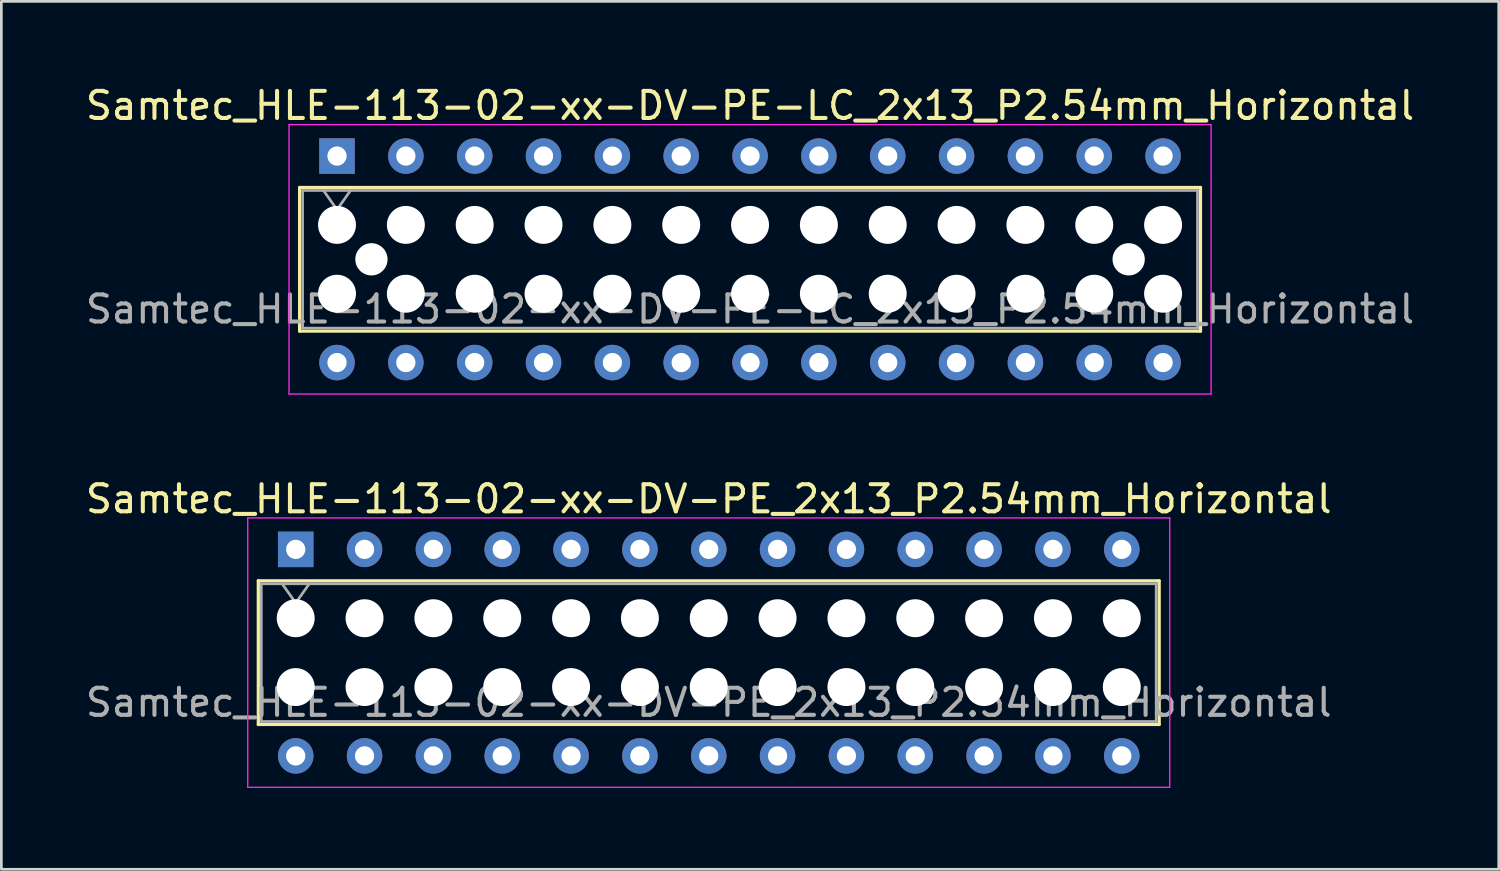
<source format=kicad_pcb>
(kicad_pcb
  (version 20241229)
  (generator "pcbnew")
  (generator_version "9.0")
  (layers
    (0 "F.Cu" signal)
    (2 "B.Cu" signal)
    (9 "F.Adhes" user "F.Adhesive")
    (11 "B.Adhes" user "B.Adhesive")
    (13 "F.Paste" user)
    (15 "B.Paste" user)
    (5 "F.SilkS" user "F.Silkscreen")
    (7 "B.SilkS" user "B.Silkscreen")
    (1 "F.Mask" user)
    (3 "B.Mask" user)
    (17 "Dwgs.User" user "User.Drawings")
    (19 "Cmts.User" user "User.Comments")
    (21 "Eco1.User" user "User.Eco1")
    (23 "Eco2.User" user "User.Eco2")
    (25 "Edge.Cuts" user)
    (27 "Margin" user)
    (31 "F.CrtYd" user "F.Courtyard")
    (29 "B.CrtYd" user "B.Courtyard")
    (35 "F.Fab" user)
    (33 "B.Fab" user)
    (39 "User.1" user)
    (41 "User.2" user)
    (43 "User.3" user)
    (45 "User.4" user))
  (footprint "Samtec_HLE-113-02-xx-DV-PE-LC_2x13_P2.54mm_Horizontal"
    (layer "F.Cu")
    (at 9.385 2.708)
    (property "Reference" "Samtec_HLE-113-02-xx-DV-PE-LC_2x13_P2.54mm_Horizontal" (at 15.24 -1.86 0) (layer "F.SilkS") (effects (font (size 1 1) (thickness 0.15))))
    (attr through_hole)
    (fp_line (start -1.38 1.16) (end 31.86 1.16) (stroke (width 0.12) (type solid)) (layer "F.SilkS"))
    (fp_line (start -1.38 6.46) (end -1.38 1.16) (stroke (width 0.12) (type solid)) (layer "F.SilkS"))
    (fp_line (start 31.86 1.16) (end 31.86 6.46) (stroke (width 0.12) (type solid)) (layer "F.SilkS"))
    (fp_line (start 31.86 6.46) (end -1.38 6.46) (stroke (width 0.12) (type solid)) (layer "F.SilkS"))
    (fp_line (start -1.77 -1.16) (end 32.25 -1.16) (stroke (width 0.05) (type solid)) (layer "F.CrtYd"))
    (fp_line (start -1.77 8.78) (end -1.77 -1.16) (stroke (width 0.05) (type solid)) (layer "F.CrtYd"))
    (fp_line (start 32.25 -1.16) (end 32.25 8.78) (stroke (width 0.05) (type solid)) (layer "F.CrtYd"))
    (fp_line (start 32.25 8.78) (end -1.77 8.78) (stroke (width 0.05) (type solid)) (layer "F.CrtYd"))
    (fp_line (start -1.27 1.27) (end 31.75 1.27) (stroke (width 0.1) (type solid)) (layer "F.Fab"))
    (fp_line (start -1.27 6.35) (end -1.27 1.27) (stroke (width 0.1) (type solid)) (layer "F.Fab"))
    (fp_line (start -0.5 1.27) (end 0 1.977) (stroke (width 0.1) (type solid)) (layer "F.Fab"))
    (fp_line (start 0 1.977) (end 0.5 1.27) (stroke (width 0.1) (type solid)) (layer "F.Fab"))
    (fp_line (start 31.75 1.27) (end 31.75 6.35) (stroke (width 0.1) (type solid)) (layer "F.Fab"))
    (fp_line (start 31.75 6.35) (end -1.27 6.35) (stroke (width 0.1) (type solid)) (layer "F.Fab"))
    (fp_text user "${REFERENCE}" (at 15.24 5.65 0) (layer "F.Fab") (effects (font (size 1 1) (thickness 0.15))))
    (pad "" np_thru_hole circle (at 0 2.54) (size 1.4 1.4) (drill 1.4) (layers "*.Cu" "*.Mask"))
    (pad "" np_thru_hole circle (at 0 5.08) (size 1.4 1.4) (drill 1.4) (layers "*.Cu" "*.Mask"))
    (pad "" np_thru_hole circle (at 1.27 3.81) (size 1.19 1.19) (drill 1.19) (layers "*.Cu" "*.Mask"))
    (pad "" np_thru_hole circle (at 2.54 2.54) (size 1.4 1.4) (drill 1.4) (layers "*.Cu" "*.Mask"))
    (pad "" np_thru_hole circle (at 2.54 5.08) (size 1.4 1.4) (drill 1.4) (layers "*.Cu" "*.Mask"))
    (pad "" np_thru_hole circle (at 5.08 2.54) (size 1.4 1.4) (drill 1.4) (layers "*.Cu" "*.Mask"))
    (pad "" np_thru_hole circle (at 5.08 5.08) (size 1.4 1.4) (drill 1.4) (layers "*.Cu" "*.Mask"))
    (pad "" np_thru_hole circle (at 7.62 2.54) (size 1.4 1.4) (drill 1.4) (layers "*.Cu" "*.Mask"))
    (pad "" np_thru_hole circle (at 7.62 5.08) (size 1.4 1.4) (drill 1.4) (layers "*.Cu" "*.Mask"))
    (pad "" np_thru_hole circle (at 10.16 2.54) (size 1.4 1.4) (drill 1.4) (layers "*.Cu" "*.Mask"))
    (pad "" np_thru_hole circle (at 10.16 5.08) (size 1.4 1.4) (drill 1.4) (layers "*.Cu" "*.Mask"))
    (pad "" np_thru_hole circle (at 12.7 2.54) (size 1.4 1.4) (drill 1.4) (layers "*.Cu" "*.Mask"))
    (pad "" np_thru_hole circle (at 12.7 5.08) (size 1.4 1.4) (drill 1.4) (layers "*.Cu" "*.Mask"))
    (pad "" np_thru_hole circle (at 15.24 2.54) (size 1.4 1.4) (drill 1.4) (layers "*.Cu" "*.Mask"))
    (pad "" np_thru_hole circle (at 15.24 5.08) (size 1.4 1.4) (drill 1.4) (layers "*.Cu" "*.Mask"))
    (pad "" np_thru_hole circle (at 17.78 2.54) (size 1.4 1.4) (drill 1.4) (layers "*.Cu" "*.Mask"))
    (pad "" np_thru_hole circle (at 17.78 5.08) (size 1.4 1.4) (drill 1.4) (layers "*.Cu" "*.Mask"))
    (pad "" np_thru_hole circle (at 20.32 2.54) (size 1.4 1.4) (drill 1.4) (layers "*.Cu" "*.Mask"))
    (pad "" np_thru_hole circle (at 20.32 5.08) (size 1.4 1.4) (drill 1.4) (layers "*.Cu" "*.Mask"))
    (pad "" np_thru_hole circle (at 22.86 2.54) (size 1.4 1.4) (drill 1.4) (layers "*.Cu" "*.Mask"))
    (pad "" np_thru_hole circle (at 22.86 5.08) (size 1.4 1.4) (drill 1.4) (layers "*.Cu" "*.Mask"))
    (pad "" np_thru_hole circle (at 25.4 2.54) (size 1.4 1.4) (drill 1.4) (layers "*.Cu" "*.Mask"))
    (pad "" np_thru_hole circle (at 25.4 5.08) (size 1.4 1.4) (drill 1.4) (layers "*.Cu" "*.Mask"))
    (pad "" np_thru_hole circle (at 27.94 2.54) (size 1.4 1.4) (drill 1.4) (layers "*.Cu" "*.Mask"))
    (pad "" np_thru_hole circle (at 27.94 5.08) (size 1.4 1.4) (drill 1.4) (layers "*.Cu" "*.Mask"))
    (pad "" np_thru_hole circle (at 29.21 3.81) (size 1.19 1.19) (drill 1.19) (layers "*.Cu" "*.Mask"))
    (pad "" np_thru_hole circle (at 30.48 2.54) (size 1.4 1.4) (drill 1.4) (layers "*.Cu" "*.Mask"))
    (pad "" np_thru_hole circle (at 30.48 5.08) (size 1.4 1.4) (drill 1.4) (layers "*.Cu" "*.Mask"))
    (pad "1" thru_hole rect (at 0 0) (size 1.31 1.31) (drill 0.71) (layers "*.Cu" "*.Mask"))
    (pad "2" thru_hole circle (at 0 7.62) (size 1.31 1.31) (drill 0.71) (layers "*.Cu" "*.Mask"))
    (pad "3" thru_hole circle (at 2.54 0) (size 1.31 1.31) (drill 0.71) (layers "*.Cu" "*.Mask"))
    (pad "4" thru_hole circle (at 2.54 7.62) (size 1.31 1.31) (drill 0.71) (layers "*.Cu" "*.Mask"))
    (pad "5" thru_hole circle (at 5.08 0) (size 1.31 1.31) (drill 0.71) (layers "*.Cu" "*.Mask"))
    (pad "6" thru_hole circle (at 5.08 7.62) (size 1.31 1.31) (drill 0.71) (layers "*.Cu" "*.Mask"))
    (pad "7" thru_hole circle (at 7.62 0) (size 1.31 1.31) (drill 0.71) (layers "*.Cu" "*.Mask"))
    (pad "8" thru_hole circle (at 7.62 7.62) (size 1.31 1.31) (drill 0.71) (layers "*.Cu" "*.Mask"))
    (pad "9" thru_hole circle (at 10.16 0) (size 1.31 1.31) (drill 0.71) (layers "*.Cu" "*.Mask"))
    (pad "10" thru_hole circle (at 10.16 7.62) (size 1.31 1.31) (drill 0.71) (layers "*.Cu" "*.Mask"))
    (pad "11" thru_hole circle (at 12.7 0) (size 1.31 1.31) (drill 0.71) (layers "*.Cu" "*.Mask"))
    (pad "12" thru_hole circle (at 12.7 7.62) (size 1.31 1.31) (drill 0.71) (layers "*.Cu" "*.Mask"))
    (pad "13" thru_hole circle (at 15.24 0) (size 1.31 1.31) (drill 0.71) (layers "*.Cu" "*.Mask"))
    (pad "14" thru_hole circle (at 15.24 7.62) (size 1.31 1.31) (drill 0.71) (layers "*.Cu" "*.Mask"))
    (pad "15" thru_hole circle (at 17.78 0) (size 1.31 1.31) (drill 0.71) (layers "*.Cu" "*.Mask"))
    (pad "16" thru_hole circle (at 17.78 7.62) (size 1.31 1.31) (drill 0.71) (layers "*.Cu" "*.Mask"))
    (pad "17" thru_hole circle (at 20.32 0) (size 1.31 1.31) (drill 0.71) (layers "*.Cu" "*.Mask"))
    (pad "18" thru_hole circle (at 20.32 7.62) (size 1.31 1.31) (drill 0.71) (layers "*.Cu" "*.Mask"))
    (pad "19" thru_hole circle (at 22.86 0) (size 1.31 1.31) (drill 0.71) (layers "*.Cu" "*.Mask"))
    (pad "20" thru_hole circle (at 22.86 7.62) (size 1.31 1.31) (drill 0.71) (layers "*.Cu" "*.Mask"))
    (pad "21" thru_hole circle (at 25.4 0) (size 1.31 1.31) (drill 0.71) (layers "*.Cu" "*.Mask"))
    (pad "22" thru_hole circle (at 25.4 7.62) (size 1.31 1.31) (drill 0.71) (layers "*.Cu" "*.Mask"))
    (pad "23" thru_hole circle (at 27.94 0) (size 1.31 1.31) (drill 0.71) (layers "*.Cu" "*.Mask"))
    (pad "24" thru_hole circle (at 27.94 7.62) (size 1.31 1.31) (drill 0.71) (layers "*.Cu" "*.Mask"))
    (pad "25" thru_hole circle (at 30.48 0) (size 1.31 1.31) (drill 0.71) (layers "*.Cu" "*.Mask"))
    (pad "26" thru_hole circle (at 30.48 7.62) (size 1.31 1.31) (drill 0.71) (layers "*.Cu" "*.Mask")))
  (footprint "Samtec_HLE-113-02-xx-DV-PE_2x13_P2.54mm_Horizontal"
    (layer "F.Cu")
    (at 7.861 17.221)
    (property "Reference" "Samtec_HLE-113-02-xx-DV-PE_2x13_P2.54mm_Horizontal" (at 15.24 -1.86 0) (layer "F.SilkS") (effects (font (size 1 1) (thickness 0.15))))
    (attr through_hole)
    (fp_line (start -1.38 1.16) (end 31.86 1.16) (stroke (width 0.12) (type solid)) (layer "F.SilkS"))
    (fp_line (start -1.38 6.46) (end -1.38 1.16) (stroke (width 0.12) (type solid)) (layer "F.SilkS"))
    (fp_line (start 31.86 1.16) (end 31.86 6.46) (stroke (width 0.12) (type solid)) (layer "F.SilkS"))
    (fp_line (start 31.86 6.46) (end -1.38 6.46) (stroke (width 0.12) (type solid)) (layer "F.SilkS"))
    (fp_line (start -1.77 -1.16) (end 32.25 -1.16) (stroke (width 0.05) (type solid)) (layer "F.CrtYd"))
    (fp_line (start -1.77 8.78) (end -1.77 -1.16) (stroke (width 0.05) (type solid)) (layer "F.CrtYd"))
    (fp_line (start 32.25 -1.16) (end 32.25 8.78) (stroke (width 0.05) (type solid)) (layer "F.CrtYd"))
    (fp_line (start 32.25 8.78) (end -1.77 8.78) (stroke (width 0.05) (type solid)) (layer "F.CrtYd"))
    (fp_line (start -1.27 1.27) (end 31.75 1.27) (stroke (width 0.1) (type solid)) (layer "F.Fab"))
    (fp_line (start -1.27 6.35) (end -1.27 1.27) (stroke (width 0.1) (type solid)) (layer "F.Fab"))
    (fp_line (start -0.5 1.27) (end 0 1.977) (stroke (width 0.1) (type solid)) (layer "F.Fab"))
    (fp_line (start 0 1.977) (end 0.5 1.27) (stroke (width 0.1) (type solid)) (layer "F.Fab"))
    (fp_line (start 31.75 1.27) (end 31.75 6.35) (stroke (width 0.1) (type solid)) (layer "F.Fab"))
    (fp_line (start 31.75 6.35) (end -1.27 6.35) (stroke (width 0.1) (type solid)) (layer "F.Fab"))
    (fp_text user "${REFERENCE}" (at 15.24 5.65 0) (layer "F.Fab") (effects (font (size 1 1) (thickness 0.15))))
    (pad "" np_thru_hole circle (at 0 2.54) (size 1.4 1.4) (drill 1.4) (layers "*.Cu" "*.Mask"))
    (pad "" np_thru_hole circle (at 0 5.08) (size 1.4 1.4) (drill 1.4) (layers "*.Cu" "*.Mask"))
    (pad "" np_thru_hole circle (at 2.54 2.54) (size 1.4 1.4) (drill 1.4) (layers "*.Cu" "*.Mask"))
    (pad "" np_thru_hole circle (at 2.54 5.08) (size 1.4 1.4) (drill 1.4) (layers "*.Cu" "*.Mask"))
    (pad "" np_thru_hole circle (at 5.08 2.54) (size 1.4 1.4) (drill 1.4) (layers "*.Cu" "*.Mask"))
    (pad "" np_thru_hole circle (at 5.08 5.08) (size 1.4 1.4) (drill 1.4) (layers "*.Cu" "*.Mask"))
    (pad "" np_thru_hole circle (at 7.62 2.54) (size 1.4 1.4) (drill 1.4) (layers "*.Cu" "*.Mask"))
    (pad "" np_thru_hole circle (at 7.62 5.08) (size 1.4 1.4) (drill 1.4) (layers "*.Cu" "*.Mask"))
    (pad "" np_thru_hole circle (at 10.16 2.54) (size 1.4 1.4) (drill 1.4) (layers "*.Cu" "*.Mask"))
    (pad "" np_thru_hole circle (at 10.16 5.08) (size 1.4 1.4) (drill 1.4) (layers "*.Cu" "*.Mask"))
    (pad "" np_thru_hole circle (at 12.7 2.54) (size 1.4 1.4) (drill 1.4) (layers "*.Cu" "*.Mask"))
    (pad "" np_thru_hole circle (at 12.7 5.08) (size 1.4 1.4) (drill 1.4) (layers "*.Cu" "*.Mask"))
    (pad "" np_thru_hole circle (at 15.24 2.54) (size 1.4 1.4) (drill 1.4) (layers "*.Cu" "*.Mask"))
    (pad "" np_thru_hole circle (at 15.24 5.08) (size 1.4 1.4) (drill 1.4) (layers "*.Cu" "*.Mask"))
    (pad "" np_thru_hole circle (at 17.78 2.54) (size 1.4 1.4) (drill 1.4) (layers "*.Cu" "*.Mask"))
    (pad "" np_thru_hole circle (at 17.78 5.08) (size 1.4 1.4) (drill 1.4) (layers "*.Cu" "*.Mask"))
    (pad "" np_thru_hole circle (at 20.32 2.54) (size 1.4 1.4) (drill 1.4) (layers "*.Cu" "*.Mask"))
    (pad "" np_thru_hole circle (at 20.32 5.08) (size 1.4 1.4) (drill 1.4) (layers "*.Cu" "*.Mask"))
    (pad "" np_thru_hole circle (at 22.86 2.54) (size 1.4 1.4) (drill 1.4) (layers "*.Cu" "*.Mask"))
    (pad "" np_thru_hole circle (at 22.86 5.08) (size 1.4 1.4) (drill 1.4) (layers "*.Cu" "*.Mask"))
    (pad "" np_thru_hole circle (at 25.4 2.54) (size 1.4 1.4) (drill 1.4) (layers "*.Cu" "*.Mask"))
    (pad "" np_thru_hole circle (at 25.4 5.08) (size 1.4 1.4) (drill 1.4) (layers "*.Cu" "*.Mask"))
    (pad "" np_thru_hole circle (at 27.94 2.54) (size 1.4 1.4) (drill 1.4) (layers "*.Cu" "*.Mask"))
    (pad "" np_thru_hole circle (at 27.94 5.08) (size 1.4 1.4) (drill 1.4) (layers "*.Cu" "*.Mask"))
    (pad "" np_thru_hole circle (at 30.48 2.54) (size 1.4 1.4) (drill 1.4) (layers "*.Cu" "*.Mask"))
    (pad "" np_thru_hole circle (at 30.48 5.08) (size 1.4 1.4) (drill 1.4) (layers "*.Cu" "*.Mask"))
    (pad "1" thru_hole rect (at 0 0) (size 1.31 1.31) (drill 0.71) (layers "*.Cu" "*.Mask"))
    (pad "2" thru_hole circle (at 0 7.62) (size 1.31 1.31) (drill 0.71) (layers "*.Cu" "*.Mask"))
    (pad "3" thru_hole circle (at 2.54 0) (size 1.31 1.31) (drill 0.71) (layers "*.Cu" "*.Mask"))
    (pad "4" thru_hole circle (at 2.54 7.62) (size 1.31 1.31) (drill 0.71) (layers "*.Cu" "*.Mask"))
    (pad "5" thru_hole circle (at 5.08 0) (size 1.31 1.31) (drill 0.71) (layers "*.Cu" "*.Mask"))
    (pad "6" thru_hole circle (at 5.08 7.62) (size 1.31 1.31) (drill 0.71) (layers "*.Cu" "*.Mask"))
    (pad "7" thru_hole circle (at 7.62 0) (size 1.31 1.31) (drill 0.71) (layers "*.Cu" "*.Mask"))
    (pad "8" thru_hole circle (at 7.62 7.62) (size 1.31 1.31) (drill 0.71) (layers "*.Cu" "*.Mask"))
    (pad "9" thru_hole circle (at 10.16 0) (size 1.31 1.31) (drill 0.71) (layers "*.Cu" "*.Mask"))
    (pad "10" thru_hole circle (at 10.16 7.62) (size 1.31 1.31) (drill 0.71) (layers "*.Cu" "*.Mask"))
    (pad "11" thru_hole circle (at 12.7 0) (size 1.31 1.31) (drill 0.71) (layers "*.Cu" "*.Mask"))
    (pad "12" thru_hole circle (at 12.7 7.62) (size 1.31 1.31) (drill 0.71) (layers "*.Cu" "*.Mask"))
    (pad "13" thru_hole circle (at 15.24 0) (size 1.31 1.31) (drill 0.71) (layers "*.Cu" "*.Mask"))
    (pad "14" thru_hole circle (at 15.24 7.62) (size 1.31 1.31) (drill 0.71) (layers "*.Cu" "*.Mask"))
    (pad "15" thru_hole circle (at 17.78 0) (size 1.31 1.31) (drill 0.71) (layers "*.Cu" "*.Mask"))
    (pad "16" thru_hole circle (at 17.78 7.62) (size 1.31 1.31) (drill 0.71) (layers "*.Cu" "*.Mask"))
    (pad "17" thru_hole circle (at 20.32 0) (size 1.31 1.31) (drill 0.71) (layers "*.Cu" "*.Mask"))
    (pad "18" thru_hole circle (at 20.32 7.62) (size 1.31 1.31) (drill 0.71) (layers "*.Cu" "*.Mask"))
    (pad "19" thru_hole circle (at 22.86 0) (size 1.31 1.31) (drill 0.71) (layers "*.Cu" "*.Mask"))
    (pad "20" thru_hole circle (at 22.86 7.62) (size 1.31 1.31) (drill 0.71) (layers "*.Cu" "*.Mask"))
    (pad "21" thru_hole circle (at 25.4 0) (size 1.31 1.31) (drill 0.71) (layers "*.Cu" "*.Mask"))
    (pad "22" thru_hole circle (at 25.4 7.62) (size 1.31 1.31) (drill 0.71) (layers "*.Cu" "*.Mask"))
    (pad "23" thru_hole circle (at 27.94 0) (size 1.31 1.31) (drill 0.71) (layers "*.Cu" "*.Mask"))
    (pad "24" thru_hole circle (at 27.94 7.62) (size 1.31 1.31) (drill 0.71) (layers "*.Cu" "*.Mask"))
    (pad "25" thru_hole circle (at 30.48 0) (size 1.31 1.31) (drill 0.71) (layers "*.Cu" "*.Mask"))
    (pad "26" thru_hole circle (at 30.48 7.62) (size 1.31 1.31) (drill 0.71) (layers "*.Cu" "*.Mask")))
  (gr_rect
    (start -3 -3)
    (end 52.25 29.026)
    (stroke (width 0.1) (type default))
    (fill no)
    (layer "Edge.Cuts")))
</source>
